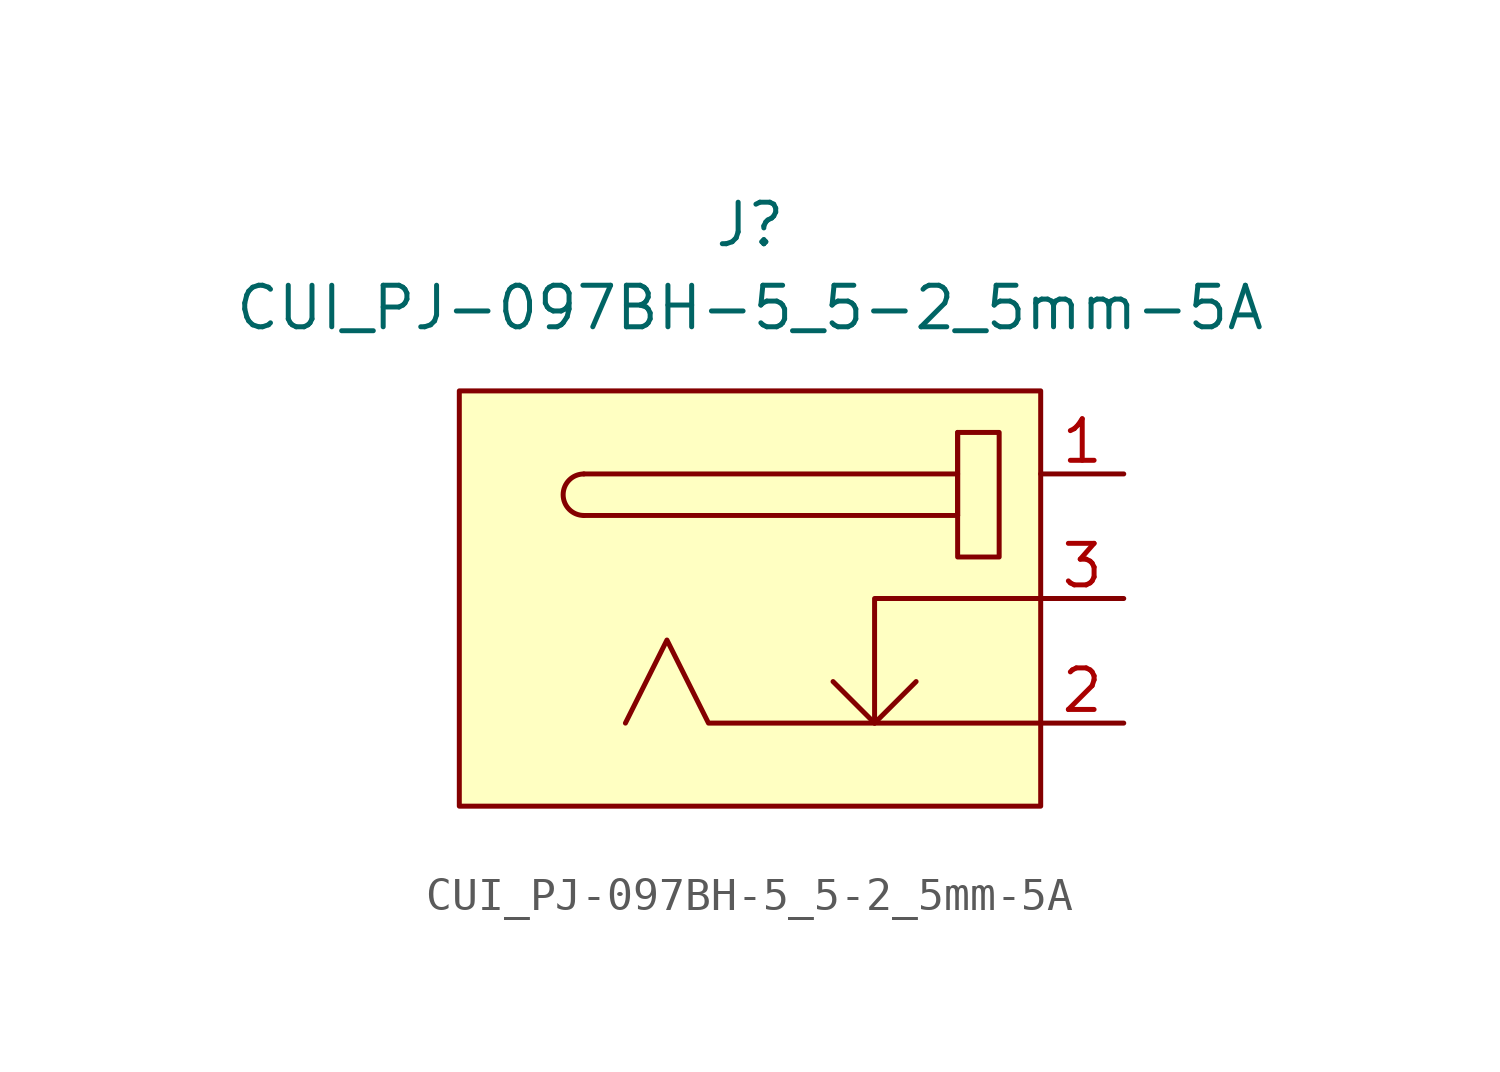
<source format=kicad_sym>
(kicad_symbol_lib
  (version 20211014)
  (generator kicad_symbol_editor)
  (symbol "CUI_PJ-097BH-5_5-2_5mm-5A"
    (pin_names
      (offset 1.016))
    (property "Reference" "J"
      (at 0 11.43 0)
      (effects (font (size 1.27 1.27))))
    (property "Value" "CUI_PJ-097BH-5_5-2_5mm-5A"
      (at 0 8.89 0)
      (effects (font (size 1.27 1.27))))
    (symbol "CUI_PJ-097BH-5_5-2_5mm-5A_0_1"
      (arc (start -5.08 3.81) (mid -5.715 3.175) (end -5.08 2.54) (stroke (width 0) (type default) (color 0 0 0 0)) (fill (type none)))
      (polyline (pts (xy 3.81 -3.81) (xy 2.54 -2.54)) (stroke (width 0) (type default) (color 0 0 0 0)) (fill (type none)))
      (polyline (pts (xy 6.35 2.54) (xy -5.08 2.54)) (stroke (width 0) (type default) (color 0 0 0 0)) (fill (type none)))
      (polyline (pts (xy 6.35 3.81) (xy -5.08 3.81)) (stroke (width 0) (type default) (color 0 0 0 0)) (fill (type none)))
      (polyline (pts (xy 8.89 -3.81) (xy -1.27 -3.81) (xy -2.54 -1.27) (xy -3.81 -3.81)) (stroke (width 0) (type default) (color 0 0 0 0)) (fill (type none)))
      (polyline (pts (xy 8.89 0) (xy 3.81 0) (xy 3.81 -3.81) (xy 5.08 -2.54)) (stroke (width 0) (type default) (color 0 0 0 0)) (fill (type none)))
      (rectangle (start 6.35 1.27) (end 7.62 5.08) (stroke (width 0) (type default) (color 0 0 0 0)) (fill (type none)))
      (rectangle (start 6.35 5.08) (end 6.35 2.54) (stroke (width 0) (type default) (color 0 0 0 0)) (fill (type none)))
      (rectangle (start 8.89 6.35) (end -8.89 -6.35) (stroke (width 0) (type default) (color 0 0 0 0)) (fill (type background))))
    (symbol "CUI_PJ-097BH-5_5-2_5mm-5A_1_1"
      (pin passive line (at 11.43 3.81 180) (length 2.54) (name "~" (effects (font (size 1.27 1.27)))) (number "1" (effects (font (size 1.27 1.27)))))
      (pin passive line (at 11.43 -3.81 180) (length 2.54) (name "~" (effects (font (size 1.27 1.27)))) (number "2" (effects (font (size 1.27 1.27)))))
      (pin passive line (at 11.43 0 180) (length 2.54) (name "~" (effects (font (size 1.27 1.27)))) (number "3" (effects (font (size 1.27 1.27))))))))
</source>
